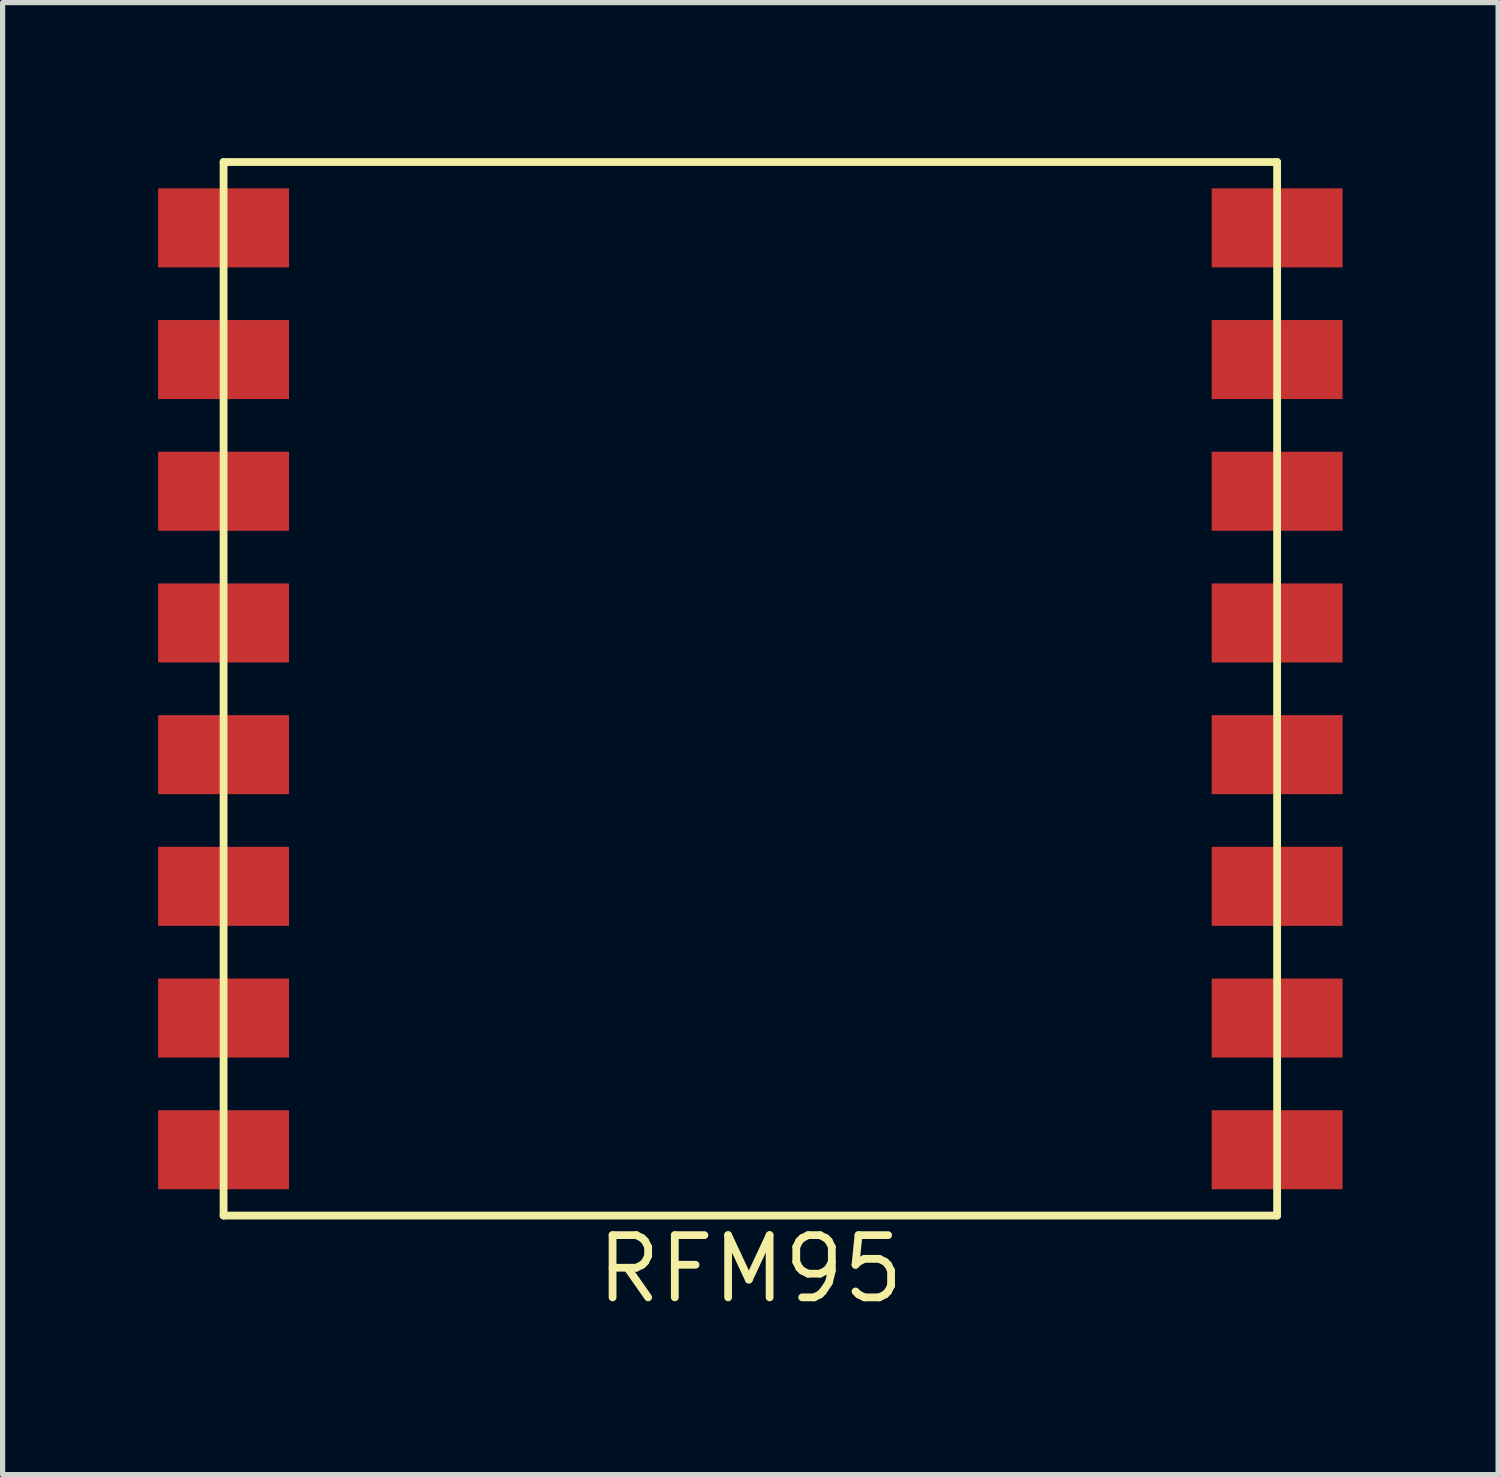
<source format=kicad_pcb>
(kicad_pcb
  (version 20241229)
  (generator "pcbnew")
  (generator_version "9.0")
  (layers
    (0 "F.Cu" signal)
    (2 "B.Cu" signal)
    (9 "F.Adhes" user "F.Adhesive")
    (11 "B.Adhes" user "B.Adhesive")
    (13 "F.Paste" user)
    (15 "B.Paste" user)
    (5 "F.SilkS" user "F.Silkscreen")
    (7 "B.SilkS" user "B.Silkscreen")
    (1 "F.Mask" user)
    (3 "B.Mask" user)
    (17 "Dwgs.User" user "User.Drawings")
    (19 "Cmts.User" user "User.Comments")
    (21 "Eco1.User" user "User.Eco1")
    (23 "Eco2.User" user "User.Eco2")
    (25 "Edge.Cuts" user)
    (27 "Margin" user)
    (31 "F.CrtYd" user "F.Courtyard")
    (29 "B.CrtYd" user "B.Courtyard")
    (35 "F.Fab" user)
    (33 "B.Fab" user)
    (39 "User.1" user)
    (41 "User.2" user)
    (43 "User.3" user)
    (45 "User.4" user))
  (footprint "RFM95"
    (layer "F.Cu")
    (at 11.422 10.235)
    (property "Reference" "RFM95" (at 0 11.19 0) (layer "F.SilkS") (effects (font (size 1.2 1.2) (thickness 0.15))))
    (attr through_hole)
    (fp_line (start -10.16 -10.16) (end -10.16 10.16) (stroke (width 0.15) (type solid)) (layer "F.SilkS"))
    (fp_line (start -10.16 -10.16) (end 10.16 -10.16) (stroke (width 0.15) (type solid)) (layer "F.SilkS"))
    (fp_line (start 10.16 10.16) (end -10.16 10.16) (stroke (width 0.15) (type solid)) (layer "F.SilkS"))
    (fp_line (start 10.16 10.16) (end 10.16 -10.16) (stroke (width 0.15) (type solid)) (layer "F.SilkS"))
    (pad "1" smd rect (at -10.16 -8.89) (size 2.524 1.524) (layers "F.Cu" "F.Mask" "F.Paste"))
    (pad "2" smd rect (at -10.16 -6.35) (size 2.524 1.524) (layers "F.Cu" "F.Mask" "F.Paste"))
    (pad "3" smd rect (at -10.16 -3.81) (size 2.524 1.524) (layers "F.Cu" "F.Mask" "F.Paste"))
    (pad "4" smd rect (at -10.16 -1.27) (size 2.524 1.524) (layers "F.Cu" "F.Mask" "F.Paste"))
    (pad "5" smd rect (at -10.16 1.27) (size 2.524 1.524) (layers "F.Cu" "F.Mask" "F.Paste"))
    (pad "6" smd rect (at -10.16 3.81) (size 2.524 1.524) (layers "F.Cu" "F.Mask" "F.Paste"))
    (pad "7" smd rect (at -10.16 6.35) (size 2.524 1.524) (layers "F.Cu" "F.Mask" "F.Paste"))
    (pad "8" smd rect (at -10.16 8.89) (size 2.524 1.524) (layers "F.Cu" "F.Mask" "F.Paste"))
    (pad "9" smd rect (at 10.16 8.89) (size 2.524 1.524) (layers "F.Cu" "F.Mask" "F.Paste"))
    (pad "10" smd rect (at 10.16 6.35) (size 2.524 1.524) (layers "F.Cu" "F.Mask" "F.Paste"))
    (pad "11" smd rect (at 10.16 3.81) (size 2.524 1.524) (layers "F.Cu" "F.Mask" "F.Paste"))
    (pad "12" smd rect (at 10.16 1.27) (size 2.524 1.524) (layers "F.Cu" "F.Mask" "F.Paste"))
    (pad "13" smd rect (at 10.16 -1.27) (size 2.524 1.524) (layers "F.Cu" "F.Mask" "F.Paste"))
    (pad "14" smd rect (at 10.16 -3.81) (size 2.524 1.524) (layers "F.Cu" "F.Mask" "F.Paste"))
    (pad "15" smd rect (at 10.16 -6.35) (size 2.524 1.524) (layers "F.Cu" "F.Mask" "F.Paste"))
    (pad "16" smd rect (at 10.16 -8.89) (size 2.524 1.524) (layers "F.Cu" "F.Mask" "F.Paste")))
  (gr_rect
    (start -3 -3)
    (end 25.844 25.39)
    (stroke (width 0.1) (type default))
    (fill no)
    (layer "Edge.Cuts")))
</source>
